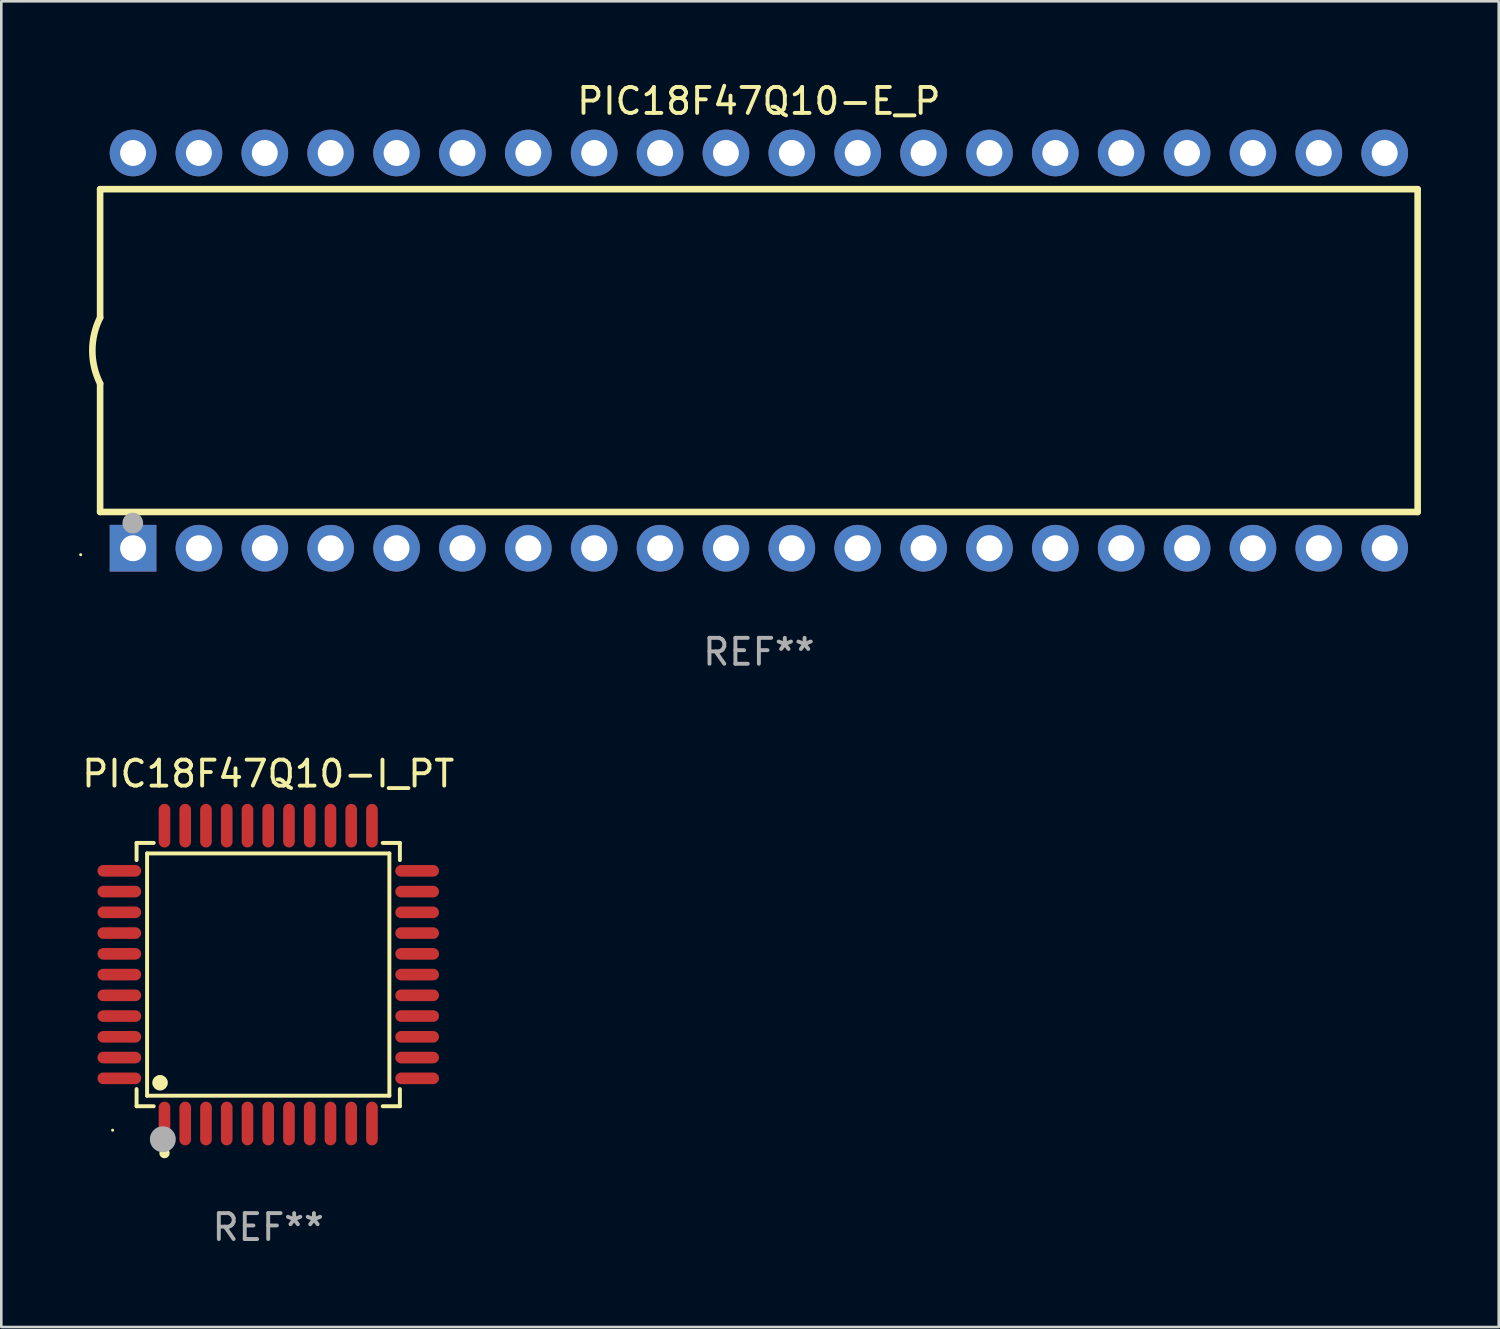
<source format=kicad_pcb>
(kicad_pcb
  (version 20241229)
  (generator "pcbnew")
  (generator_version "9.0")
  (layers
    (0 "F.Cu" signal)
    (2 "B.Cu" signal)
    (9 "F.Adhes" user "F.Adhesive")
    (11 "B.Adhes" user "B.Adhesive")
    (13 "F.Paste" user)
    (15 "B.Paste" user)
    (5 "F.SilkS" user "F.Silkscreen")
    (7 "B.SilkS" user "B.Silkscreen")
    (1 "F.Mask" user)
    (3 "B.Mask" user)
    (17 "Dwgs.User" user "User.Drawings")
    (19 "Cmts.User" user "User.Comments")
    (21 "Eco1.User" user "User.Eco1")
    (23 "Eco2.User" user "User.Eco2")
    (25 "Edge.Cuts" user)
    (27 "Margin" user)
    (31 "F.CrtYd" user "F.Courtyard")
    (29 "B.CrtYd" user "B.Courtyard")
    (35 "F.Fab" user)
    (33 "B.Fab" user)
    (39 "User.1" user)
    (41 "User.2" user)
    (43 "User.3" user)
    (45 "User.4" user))
  (footprint "PIC18F47Q10-E_P"
    (layer "F.Cu")
    (at 26.21 10.468)
    (property "Reference" "PIC18F47Q10-E_P" (at 0 -9.62 0) (layer "F.SilkS") (effects (font (size 1 1) (thickness 0.15))))
    (attr through_hole)
    (fp_line (start -25.4 -6.224) (end -25.4 -1.271) (stroke (width 0.254) (type solid)) (layer "F.SilkS"))
    (fp_line (start -25.4 -6.224) (end 25.4 -6.224) (stroke (width 0.254) (type solid)) (layer "F.SilkS"))
    (fp_line (start -25.4 1.269) (end -25.4 6.222) (stroke (width 0.254) (type solid)) (layer "F.SilkS"))
    (fp_line (start -25.4 6.222) (end 25.4 6.222) (stroke (width 0.254) (type solid)) (layer "F.SilkS"))
    (fp_line (start 25.4 6.222) (end 25.4 -6.224) (stroke (width 0.254) (type solid)) (layer "F.SilkS"))
    (fp_arc (start -25.4 1.269241) (mid -25.699807 -0.000762) (end -25.4 -1.270765) (stroke (width 0.254001) (type solid)) (layer "F.SilkS"))
    (fp_circle (center -26.15 7.87) (end -26.12 7.87) (stroke (width 0.06) (type solid)) (fill no) (layer "F.SilkS"))
    (fp_circle (center -24.14 6.65) (end -23.94 6.65) (stroke (width 0.4) (type solid)) (fill no) (layer "F.Fab"))
    (fp_text user "REF**" (at 0 11.62 0) (layer "F.Fab") (effects (font (size 1 1) (thickness 0.15))))
    (pad "1" thru_hole rect (at -24.13 7.62 90) (size 1.8 1.8) (drill 1) (layers "*.Cu" "*.Mask"))
    (pad "2" thru_hole circle (at -21.59 7.62) (size 1.8 1.8) (drill 1) (layers "*.Cu" "*.Mask"))
    (pad "3" thru_hole circle (at -19.05 7.62) (size 1.8 1.8) (drill 1) (layers "*.Cu" "*.Mask"))
    (pad "4" thru_hole circle (at -16.51 7.62) (size 1.8 1.8) (drill 1) (layers "*.Cu" "*.Mask"))
    (pad "5" thru_hole circle (at -13.97 7.62) (size 1.8 1.8) (drill 1) (layers "*.Cu" "*.Mask"))
    (pad "6" thru_hole circle (at -11.43 7.62) (size 1.8 1.8) (drill 1) (layers "*.Cu" "*.Mask"))
    (pad "7" thru_hole circle (at -8.89 7.62) (size 1.8 1.8) (drill 1) (layers "*.Cu" "*.Mask"))
    (pad "8" thru_hole circle (at -6.35 7.62) (size 1.8 1.8) (drill 1) (layers "*.Cu" "*.Mask"))
    (pad "9" thru_hole circle (at -3.81 7.62) (size 1.8 1.8) (drill 1) (layers "*.Cu" "*.Mask"))
    (pad "10" thru_hole circle (at -1.27 7.62) (size 1.8 1.8) (drill 1) (layers "*.Cu" "*.Mask"))
    (pad "11" thru_hole circle (at 1.27 7.62) (size 1.8 1.8) (drill 1) (layers "*.Cu" "*.Mask"))
    (pad "12" thru_hole circle (at 3.81 7.62) (size 1.8 1.8) (drill 1) (layers "*.Cu" "*.Mask"))
    (pad "13" thru_hole circle (at 6.35 7.62) (size 1.8 1.8) (drill 1) (layers "*.Cu" "*.Mask"))
    (pad "14" thru_hole circle (at 8.89 7.62) (size 1.8 1.8) (drill 1) (layers "*.Cu" "*.Mask"))
    (pad "15" thru_hole circle (at 11.43 7.62) (size 1.8 1.8) (drill 1) (layers "*.Cu" "*.Mask"))
    (pad "16" thru_hole circle (at 13.97 7.62) (size 1.8 1.8) (drill 1) (layers "*.Cu" "*.Mask"))
    (pad "17" thru_hole circle (at 16.51 7.62) (size 1.8 1.8) (drill 1) (layers "*.Cu" "*.Mask"))
    (pad "18" thru_hole circle (at 19.05 7.62) (size 1.8 1.8) (drill 1) (layers "*.Cu" "*.Mask"))
    (pad "19" thru_hole circle (at 21.59 7.62) (size 1.8 1.8) (drill 1) (layers "*.Cu" "*.Mask"))
    (pad "20" thru_hole circle (at 24.13 7.62) (size 1.8 1.8) (drill 1) (layers "*.Cu" "*.Mask"))
    (pad "21" thru_hole circle (at 24.13 -7.62) (size 1.8 1.8) (drill 1) (layers "*.Cu" "*.Mask"))
    (pad "22" thru_hole circle (at 21.59 -7.62) (size 1.8 1.8) (drill 1) (layers "*.Cu" "*.Mask"))
    (pad "23" thru_hole circle (at 19.05 -7.62) (size 1.8 1.8) (drill 1) (layers "*.Cu" "*.Mask"))
    (pad "24" thru_hole circle (at 16.51 -7.62) (size 1.8 1.8) (drill 1) (layers "*.Cu" "*.Mask"))
    (pad "25" thru_hole circle (at 13.97 -7.62) (size 1.8 1.8) (drill 1) (layers "*.Cu" "*.Mask"))
    (pad "26" thru_hole circle (at 11.43 -7.62) (size 1.8 1.8) (drill 1) (layers "*.Cu" "*.Mask"))
    (pad "27" thru_hole circle (at 8.89 -7.62) (size 1.8 1.8) (drill 1) (layers "*.Cu" "*.Mask"))
    (pad "28" thru_hole circle (at 6.35 -7.62) (size 1.8 1.8) (drill 1) (layers "*.Cu" "*.Mask"))
    (pad "29" thru_hole circle (at 3.81 -7.62) (size 1.8 1.8) (drill 1) (layers "*.Cu" "*.Mask"))
    (pad "30" thru_hole circle (at 1.27 -7.62) (size 1.8 1.8) (drill 1) (layers "*.Cu" "*.Mask"))
    (pad "31" thru_hole circle (at -1.27 -7.62) (size 1.8 1.8) (drill 1) (layers "*.Cu" "*.Mask"))
    (pad "32" thru_hole circle (at -3.81 -7.62) (size 1.8 1.8) (drill 1) (layers "*.Cu" "*.Mask"))
    (pad "33" thru_hole circle (at -6.35 -7.62) (size 1.8 1.8) (drill 1) (layers "*.Cu" "*.Mask"))
    (pad "34" thru_hole circle (at -8.89 -7.62) (size 1.8 1.8) (drill 1) (layers "*.Cu" "*.Mask"))
    (pad "35" thru_hole circle (at -11.43 -7.62) (size 1.8 1.8) (drill 1) (layers "*.Cu" "*.Mask"))
    (pad "36" thru_hole circle (at -13.97 -7.62) (size 1.8 1.8) (drill 1) (layers "*.Cu" "*.Mask"))
    (pad "37" thru_hole circle (at -16.51 -7.62) (size 1.8 1.8) (drill 1) (layers "*.Cu" "*.Mask"))
    (pad "38" thru_hole circle (at -19.05 -7.62) (size 1.8 1.8) (drill 1) (layers "*.Cu" "*.Mask"))
    (pad "39" thru_hole circle (at -21.59 -7.62) (size 1.8 1.8) (drill 1) (layers "*.Cu" "*.Mask"))
    (pad "40" thru_hole circle (at -24.13 -7.62) (size 1.8 1.8) (drill 1) (layers "*.Cu" "*.Mask")))
  (footprint "PIC18F47Q10-I_PT"
    (layer "F.Cu")
    (at 7.292 34.527)
    (property "Reference" "PIC18F47Q10-I_PT" (at 0 -7.742 0) (layer "F.SilkS") (effects (font (size 1 1) (thickness 0.15))))
    (attr through_hole)
    (fp_line (start -5.076 -5.076) (end -4.415 -5.076) (stroke (width 0.152) (type solid)) (layer "F.SilkS"))
    (fp_line (start -5.076 -4.415) (end -5.076 -5.076) (stroke (width 0.152) (type solid)) (layer "F.SilkS"))
    (fp_line (start -5.076 4.415) (end -5.076 5.076) (stroke (width 0.152) (type solid)) (layer "F.SilkS"))
    (fp_line (start -5.076 5.076) (end -4.415 5.076) (stroke (width 0.152) (type solid)) (layer "F.SilkS"))
    (fp_line (start -4.671 -4.671) (end 4.671 -4.671) (stroke (width 0.152) (type solid)) (layer "F.SilkS"))
    (fp_line (start -4.671 4.671) (end -4.671 -4.671) (stroke (width 0.152) (type solid)) (layer "F.SilkS"))
    (fp_line (start 4.671 -4.671) (end 4.671 4.671) (stroke (width 0.152) (type solid)) (layer "F.SilkS"))
    (fp_line (start 4.671 4.671) (end -4.671 4.671) (stroke (width 0.152) (type solid)) (layer "F.SilkS"))
    (fp_line (start 5.076 -5.076) (end 4.415 -5.076) (stroke (width 0.152) (type solid)) (layer "F.SilkS"))
    (fp_line (start 5.076 -4.415) (end 5.076 -5.076) (stroke (width 0.152) (type solid)) (layer "F.SilkS"))
    (fp_line (start 5.076 4.415) (end 5.076 5.076) (stroke (width 0.152) (type solid)) (layer "F.SilkS"))
    (fp_line (start 5.076 5.076) (end 4.415 5.076) (stroke (width 0.152) (type solid)) (layer "F.SilkS"))
    (fp_circle (center -6 6) (end -5.97 6) (stroke (width 0.06) (type solid)) (fill no) (layer "F.SilkS"))
    (fp_circle (center -4.171 4.171) (end -4.021 4.171) (stroke (width 0.3) (type solid)) (fill no) (layer "F.SilkS"))
    (fp_circle (center -4 6.884) (end -3.9 6.884) (stroke (width 0.2) (type solid)) (fill no) (layer "F.SilkS"))
    (fp_circle (center -4.064 6.35) (end -3.814 6.35) (stroke (width 0.5) (type solid)) (fill no) (layer "F.Fab"))
    (fp_text user "REF**" (at 0 9.742 0) (layer "F.Fab") (effects (font (size 1 1) (thickness 0.15))))
    (pad "1" smd oval (at -4 5.742) (size 0.448 1.684) (layers "F.Cu" "F.Mask" "F.Paste"))
    (pad "2" smd oval (at -3.2 5.742) (size 0.448 1.684) (layers "F.Cu" "F.Mask" "F.Paste"))
    (pad "3" smd oval (at -2.4 5.742) (size 0.448 1.684) (layers "F.Cu" "F.Mask" "F.Paste"))
    (pad "4" smd oval (at -1.6 5.742) (size 0.448 1.684) (layers "F.Cu" "F.Mask" "F.Paste"))
    (pad "5" smd oval (at -0.8 5.742) (size 0.448 1.684) (layers "F.Cu" "F.Mask" "F.Paste"))
    (pad "6" smd oval (at 0 5.742) (size 0.448 1.684) (layers "F.Cu" "F.Mask" "F.Paste"))
    (pad "7" smd oval (at 0.8 5.742) (size 0.448 1.684) (layers "F.Cu" "F.Mask" "F.Paste"))
    (pad "8" smd oval (at 1.6 5.742) (size 0.448 1.684) (layers "F.Cu" "F.Mask" "F.Paste"))
    (pad "9" smd oval (at 2.4 5.742) (size 0.448 1.684) (layers "F.Cu" "F.Mask" "F.Paste"))
    (pad "10" smd oval (at 3.2 5.742) (size 0.448 1.684) (layers "F.Cu" "F.Mask" "F.Paste"))
    (pad "11" smd oval (at 4 5.742) (size 0.448 1.684) (layers "F.Cu" "F.Mask" "F.Paste"))
    (pad "12" smd oval (at 5.742 4) (size 1.684 0.448) (layers "F.Cu" "F.Mask" "F.Paste"))
    (pad "13" smd oval (at 5.742 3.2) (size 1.684 0.448) (layers "F.Cu" "F.Mask" "F.Paste"))
    (pad "14" smd oval (at 5.742 2.4) (size 1.684 0.448) (layers "F.Cu" "F.Mask" "F.Paste"))
    (pad "15" smd oval (at 5.742 1.6) (size 1.684 0.448) (layers "F.Cu" "F.Mask" "F.Paste"))
    (pad "16" smd oval (at 5.742 0.8) (size 1.684 0.448) (layers "F.Cu" "F.Mask" "F.Paste"))
    (pad "17" smd oval (at 5.742 0) (size 1.684 0.448) (layers "F.Cu" "F.Mask" "F.Paste"))
    (pad "18" smd oval (at 5.742 -0.8) (size 1.684 0.448) (layers "F.Cu" "F.Mask" "F.Paste"))
    (pad "19" smd oval (at 5.742 -1.6) (size 1.684 0.448) (layers "F.Cu" "F.Mask" "F.Paste"))
    (pad "20" smd oval (at 5.742 -2.4) (size 1.684 0.448) (layers "F.Cu" "F.Mask" "F.Paste"))
    (pad "21" smd oval (at 5.742 -3.2) (size 1.684 0.448) (layers "F.Cu" "F.Mask" "F.Paste"))
    (pad "22" smd oval (at 5.742 -4) (size 1.684 0.448) (layers "F.Cu" "F.Mask" "F.Paste"))
    (pad "23" smd oval (at 4 -5.742) (size 0.448 1.684) (layers "F.Cu" "F.Mask" "F.Paste"))
    (pad "24" smd oval (at 3.2 -5.742) (size 0.448 1.684) (layers "F.Cu" "F.Mask" "F.Paste"))
    (pad "25" smd oval (at 2.4 -5.742) (size 0.448 1.684) (layers "F.Cu" "F.Mask" "F.Paste"))
    (pad "26" smd oval (at 1.6 -5.742) (size 0.448 1.684) (layers "F.Cu" "F.Mask" "F.Paste"))
    (pad "27" smd oval (at 0.8 -5.742) (size 0.448 1.684) (layers "F.Cu" "F.Mask" "F.Paste"))
    (pad "28" smd oval (at 0 -5.742) (size 0.448 1.684) (layers "F.Cu" "F.Mask" "F.Paste"))
    (pad "29" smd oval (at -0.8 -5.742) (size 0.448 1.684) (layers "F.Cu" "F.Mask" "F.Paste"))
    (pad "30" smd oval (at -1.6 -5.742) (size 0.448 1.684) (layers "F.Cu" "F.Mask" "F.Paste"))
    (pad "31" smd oval (at -2.4 -5.742) (size 0.448 1.684) (layers "F.Cu" "F.Mask" "F.Paste"))
    (pad "32" smd oval (at -3.2 -5.742) (size 0.448 1.684) (layers "F.Cu" "F.Mask" "F.Paste"))
    (pad "33" smd oval (at -4 -5.742) (size 0.448 1.684) (layers "F.Cu" "F.Mask" "F.Paste"))
    (pad "34" smd oval (at -5.742 -4) (size 1.684 0.448) (layers "F.Cu" "F.Mask" "F.Paste"))
    (pad "35" smd oval (at -5.742 -3.2) (size 1.684 0.448) (layers "F.Cu" "F.Mask" "F.Paste"))
    (pad "36" smd oval (at -5.742 -2.4) (size 1.684 0.448) (layers "F.Cu" "F.Mask" "F.Paste"))
    (pad "37" smd oval (at -5.742 -1.6) (size 1.684 0.448) (layers "F.Cu" "F.Mask" "F.Paste"))
    (pad "38" smd oval (at -5.742 -0.8) (size 1.684 0.448) (layers "F.Cu" "F.Mask" "F.Paste"))
    (pad "39" smd oval (at -5.742 0) (size 1.684 0.448) (layers "F.Cu" "F.Mask" "F.Paste"))
    (pad "40" smd oval (at -5.742 0.8) (size 1.684 0.448) (layers "F.Cu" "F.Mask" "F.Paste"))
    (pad "41" smd oval (at -5.742 1.6) (size 1.684 0.448) (layers "F.Cu" "F.Mask" "F.Paste"))
    (pad "42" smd oval (at -5.742 2.4) (size 1.684 0.448) (layers "F.Cu" "F.Mask" "F.Paste"))
    (pad "43" smd oval (at -5.742 3.2) (size 1.684 0.448) (layers "F.Cu" "F.Mask" "F.Paste"))
    (pad "44" smd oval (at -5.742 4) (size 1.684 0.448) (layers "F.Cu" "F.Mask" "F.Paste")))
  (gr_rect
    (start -3 -3)
    (end 54.737 48.117)
    (stroke (width 0.1) (type default))
    (fill no)
    (layer "Edge.Cuts")))
</source>
